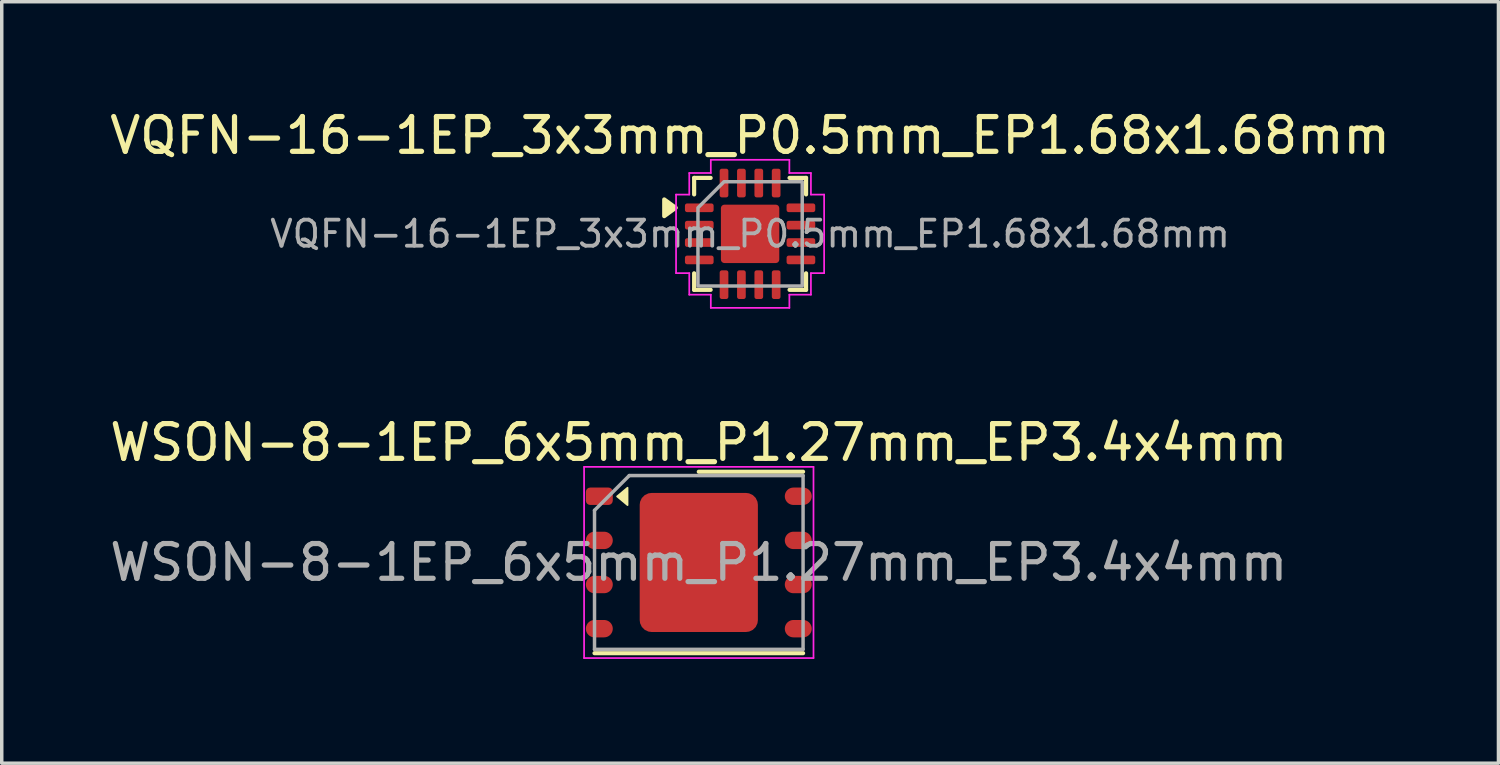
<source format=kicad_pcb>
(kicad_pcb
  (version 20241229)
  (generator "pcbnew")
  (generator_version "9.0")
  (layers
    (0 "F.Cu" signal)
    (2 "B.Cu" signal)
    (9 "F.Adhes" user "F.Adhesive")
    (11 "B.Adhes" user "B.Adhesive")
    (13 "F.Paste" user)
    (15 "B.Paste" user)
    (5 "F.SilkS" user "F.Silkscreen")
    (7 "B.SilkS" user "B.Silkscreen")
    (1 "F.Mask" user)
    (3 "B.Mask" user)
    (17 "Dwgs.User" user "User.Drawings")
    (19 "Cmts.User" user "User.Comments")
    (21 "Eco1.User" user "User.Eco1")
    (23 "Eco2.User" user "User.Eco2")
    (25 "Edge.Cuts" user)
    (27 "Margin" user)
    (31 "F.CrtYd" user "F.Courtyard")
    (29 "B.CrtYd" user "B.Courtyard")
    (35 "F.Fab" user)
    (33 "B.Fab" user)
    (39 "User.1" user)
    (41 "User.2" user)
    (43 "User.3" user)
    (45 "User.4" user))
  (footprint "WSON-8-1EP_6x5mm_P1.27mm_EP3.4x4mm"
    (layer "F.Cu")
    (at 17.054 13.132)
    (property "Reference" "WSON-8-1EP_6x5mm_P1.27mm_EP3.4x4mm" (at 0 -3.45 0) (layer "F.SilkS") (effects (font (size 1 1) (thickness 0.15))))
    (attr smd)
    (fp_line (start -3 2.61) (end 3 2.61) (stroke (width 0.12) (type solid)) (layer "F.SilkS"))
    (fp_line (start 0 -2.61) (end 3 -2.61) (stroke (width 0.12) (type solid)) (layer "F.SilkS"))
    (fp_poly (pts (xy -2.35 -1.9) (xy -2.05 -2.15) (xy -2.05 -1.65)) (stroke (width 0.05) (type solid)) (fill yes) (layer "F.SilkS"))
    (fp_line (start -3.3 -2.75) (end -3.3 2.75) (stroke (width 0.05) (type solid)) (layer "F.CrtYd"))
    (fp_line (start -3.3 2.75) (end 3.3 2.75) (stroke (width 0.05) (type solid)) (layer "F.CrtYd"))
    (fp_line (start 3.3 -2.75) (end -3.3 -2.75) (stroke (width 0.05) (type solid)) (layer "F.CrtYd"))
    (fp_line (start 3.3 2.75) (end 3.3 -2.75) (stroke (width 0.05) (type solid)) (layer "F.CrtYd"))
    (fp_line (start -3 -1.5) (end -2 -2.5) (stroke (width 0.1) (type solid)) (layer "F.Fab"))
    (fp_line (start -3 2.5) (end -3 -1.5) (stroke (width 0.1) (type solid)) (layer "F.Fab"))
    (fp_line (start -2 -2.5) (end 3 -2.5) (stroke (width 0.1) (type solid)) (layer "F.Fab"))
    (fp_line (start 3 -2.5) (end 3 2.5) (stroke (width 0.1) (type solid)) (layer "F.Fab"))
    (fp_line (start 3 2.5) (end -3 2.5) (stroke (width 0.1) (type solid)) (layer "F.Fab"))
    (fp_text user "${REFERENCE}" (at 0 0 0) (layer "F.Fab") (effects (font (size 1 1) (thickness 0.15))))
    (pad "" smd roundrect (at -0.85 -1) (size 1.37 1.61) (layers "F.Paste") (roundrect_rratio 0.182))
    (pad "" smd roundrect (at -0.85 1) (size 1.37 1.61) (layers "F.Paste") (roundrect_rratio 0.182))
    (pad "" smd roundrect (at 0.85 -1) (size 1.37 1.61) (layers "F.Paste") (roundrect_rratio 0.182))
    (pad "" smd roundrect (at 0.85 1) (size 1.37 1.61) (layers "F.Paste") (roundrect_rratio 0.182))
    (pad "1" smd roundrect (at -2.862 -1.905) (size 0.775 0.5) (layers "F.Cu" "F.Mask" "F.Paste") (roundrect_rratio 0.25))
    (pad "2" smd oval (at -2.862 -0.635) (size 0.775 0.5) (layers "F.Cu" "F.Mask" "F.Paste"))
    (pad "3" smd oval (at -2.862 0.635) (size 0.775 0.5) (layers "F.Cu" "F.Mask" "F.Paste"))
    (pad "4" smd oval (at -2.862 1.905) (size 0.775 0.5) (layers "F.Cu" "F.Mask" "F.Paste"))
    (pad "5" smd oval (at 2.862 1.905) (size 0.775 0.5) (layers "F.Cu" "F.Mask" "F.Paste"))
    (pad "6" smd oval (at 2.862 0.635) (size 0.775 0.5) (layers "F.Cu" "F.Mask" "F.Paste"))
    (pad "7" smd oval (at 2.862 -0.635) (size 0.775 0.5) (layers "F.Cu" "F.Mask" "F.Paste"))
    (pad "8" smd oval (at 2.862 -1.905) (size 0.775 0.5) (layers "F.Cu" "F.Mask" "F.Paste"))
    (pad "9" smd roundrect (at 0 0) (size 3.4 4) (layers "F.Cu" "F.Mask") (roundrect_rratio 0.1)))
  (footprint "VQFN-16-1EP_3x3mm_P0.5mm_EP1.68x1.68mm"
    (layer "F.Cu")
    (at 18.53 3.678)
    (property "Reference" "VQFN-16-1EP_3x3mm_P0.5mm_EP1.68x1.68mm" (at 0 -2.83 0) (layer "F.SilkS") (effects (font (size 1 1) (thickness 0.15))))
    (attr smd)
    (fp_line (start -1.61 -1.61) (end -1.135 -1.61) (stroke (width 0.12) (type solid)) (layer "F.SilkS"))
    (fp_line (start -1.61 -1.135) (end -1.61 -1.61) (stroke (width 0.12) (type solid)) (layer "F.SilkS"))
    (fp_line (start -1.61 1.61) (end -1.61 1.135) (stroke (width 0.12) (type solid)) (layer "F.SilkS"))
    (fp_line (start -1.135 1.61) (end -1.61 1.61) (stroke (width 0.12) (type solid)) (layer "F.SilkS"))
    (fp_line (start 1.135 -1.61) (end 1.61 -1.61) (stroke (width 0.12) (type solid)) (layer "F.SilkS"))
    (fp_line (start 1.61 -1.61) (end 1.61 -1.135) (stroke (width 0.12) (type solid)) (layer "F.SilkS"))
    (fp_line (start 1.61 1.135) (end 1.61 1.61) (stroke (width 0.12) (type solid)) (layer "F.SilkS"))
    (fp_line (start 1.61 1.61) (end 1.135 1.61) (stroke (width 0.12) (type solid)) (layer "F.SilkS"))
    (fp_poly (pts (xy -2.14 -0.75) (xy -2.47 -0.51) (xy -2.47 -0.99)) (stroke (width 0.12) (type solid)) (fill yes) (layer "F.SilkS"))
    (fp_line (start -2.13 -1.13) (end -1.75 -1.13) (stroke (width 0.05) (type solid)) (layer "F.CrtYd"))
    (fp_line (start -2.13 1.13) (end -2.13 -1.13) (stroke (width 0.05) (type solid)) (layer "F.CrtYd"))
    (fp_line (start -1.75 -1.75) (end -1.13 -1.75) (stroke (width 0.05) (type solid)) (layer "F.CrtYd"))
    (fp_line (start -1.75 -1.13) (end -1.75 -1.75) (stroke (width 0.05) (type solid)) (layer "F.CrtYd"))
    (fp_line (start -1.75 1.13) (end -2.13 1.13) (stroke (width 0.05) (type solid)) (layer "F.CrtYd"))
    (fp_line (start -1.75 1.75) (end -1.75 1.13) (stroke (width 0.05) (type solid)) (layer "F.CrtYd"))
    (fp_line (start -1.13 -2.13) (end 1.13 -2.13) (stroke (width 0.05) (type solid)) (layer "F.CrtYd"))
    (fp_line (start -1.13 -1.75) (end -1.13 -2.13) (stroke (width 0.05) (type solid)) (layer "F.CrtYd"))
    (fp_line (start -1.13 1.75) (end -1.75 1.75) (stroke (width 0.05) (type solid)) (layer "F.CrtYd"))
    (fp_line (start -1.13 2.13) (end -1.13 1.75) (stroke (width 0.05) (type solid)) (layer "F.CrtYd"))
    (fp_line (start 1.13 -2.13) (end 1.13 -1.75) (stroke (width 0.05) (type solid)) (layer "F.CrtYd"))
    (fp_line (start 1.13 -1.75) (end 1.75 -1.75) (stroke (width 0.05) (type solid)) (layer "F.CrtYd"))
    (fp_line (start 1.13 1.75) (end 1.13 2.13) (stroke (width 0.05) (type solid)) (layer "F.CrtYd"))
    (fp_line (start 1.13 2.13) (end -1.13 2.13) (stroke (width 0.05) (type solid)) (layer "F.CrtYd"))
    (fp_line (start 1.75 -1.75) (end 1.75 -1.13) (stroke (width 0.05) (type solid)) (layer "F.CrtYd"))
    (fp_line (start 1.75 -1.13) (end 2.13 -1.13) (stroke (width 0.05) (type solid)) (layer "F.CrtYd"))
    (fp_line (start 1.75 1.13) (end 1.75 1.75) (stroke (width 0.05) (type solid)) (layer "F.CrtYd"))
    (fp_line (start 1.75 1.75) (end 1.13 1.75) (stroke (width 0.05) (type solid)) (layer "F.CrtYd"))
    (fp_line (start 2.13 -1.13) (end 2.13 1.13) (stroke (width 0.05) (type solid)) (layer "F.CrtYd"))
    (fp_line (start 2.13 1.13) (end 1.75 1.13) (stroke (width 0.05) (type solid)) (layer "F.CrtYd"))
    (fp_poly (pts (xy -0.75 -1.5) (xy 1.5 -1.5) (xy 1.5 1.5) (xy -1.5 1.5) (xy -1.5 -0.75)) (stroke (width 0.1) (type solid)) (fill no) (layer "F.Fab"))
    (fp_text user "${REFERENCE}" (at 0 0 0) (layer "F.Fab") (effects (font (size 0.75 0.75) (thickness 0.11))))
    (pad "" smd roundrect (at -0.42 -0.42) (size 0.68 0.68) (layers "F.Paste") (roundrect_rratio 0.25))
    (pad "" smd roundrect (at -0.42 0.42) (size 0.68 0.68) (layers "F.Paste") (roundrect_rratio 0.25))
    (pad "" smd roundrect (at 0.42 -0.42) (size 0.68 0.68) (layers "F.Paste") (roundrect_rratio 0.25))
    (pad "" smd roundrect (at 0.42 0.42) (size 0.68 0.68) (layers "F.Paste") (roundrect_rratio 0.25))
    (pad "1" smd roundrect (at -1.462 -0.75) (size 0.825 0.25) (layers "F.Cu" "F.Mask" "F.Paste") (roundrect_rratio 0.25))
    (pad "2" smd roundrect (at -1.462 -0.25) (size 0.825 0.25) (layers "F.Cu" "F.Mask" "F.Paste") (roundrect_rratio 0.25))
    (pad "3" smd roundrect (at -1.462 0.25) (size 0.825 0.25) (layers "F.Cu" "F.Mask" "F.Paste") (roundrect_rratio 0.25))
    (pad "4" smd roundrect (at -1.462 0.75) (size 0.825 0.25) (layers "F.Cu" "F.Mask" "F.Paste") (roundrect_rratio 0.25))
    (pad "5" smd roundrect (at -0.75 1.462) (size 0.25 0.825) (layers "F.Cu" "F.Mask" "F.Paste") (roundrect_rratio 0.25))
    (pad "6" smd roundrect (at -0.25 1.462) (size 0.25 0.825) (layers "F.Cu" "F.Mask" "F.Paste") (roundrect_rratio 0.25))
    (pad "7" smd roundrect (at 0.25 1.462) (size 0.25 0.825) (layers "F.Cu" "F.Mask" "F.Paste") (roundrect_rratio 0.25))
    (pad "8" smd roundrect (at 0.75 1.462) (size 0.25 0.825) (layers "F.Cu" "F.Mask" "F.Paste") (roundrect_rratio 0.25))
    (pad "9" smd roundrect (at 1.462 0.75) (size 0.825 0.25) (layers "F.Cu" "F.Mask" "F.Paste") (roundrect_rratio 0.25))
    (pad "10" smd roundrect (at 1.462 0.25) (size 0.825 0.25) (layers "F.Cu" "F.Mask" "F.Paste") (roundrect_rratio 0.25))
    (pad "11" smd roundrect (at 1.462 -0.25) (size 0.825 0.25) (layers "F.Cu" "F.Mask" "F.Paste") (roundrect_rratio 0.25))
    (pad "12" smd roundrect (at 1.462 -0.75) (size 0.825 0.25) (layers "F.Cu" "F.Mask" "F.Paste") (roundrect_rratio 0.25))
    (pad "13" smd roundrect (at 0.75 -1.462) (size 0.25 0.825) (layers "F.Cu" "F.Mask" "F.Paste") (roundrect_rratio 0.25))
    (pad "14" smd roundrect (at 0.25 -1.462) (size 0.25 0.825) (layers "F.Cu" "F.Mask" "F.Paste") (roundrect_rratio 0.25))
    (pad "15" smd roundrect (at -0.25 -1.462) (size 0.25 0.825) (layers "F.Cu" "F.Mask" "F.Paste") (roundrect_rratio 0.25))
    (pad "16" smd roundrect (at -0.75 -1.462) (size 0.25 0.825) (layers "F.Cu" "F.Mask" "F.Paste") (roundrect_rratio 0.25))
    (pad "17" smd roundrect (at 0 0) (size 1.68 1.68) (property pad_prop_heatsink) (layers "F.Cu" "F.Mask") (roundrect_rratio 0.06)))
  (gr_rect
    (start -3 -3)
    (end 40.06 18.907)
    (stroke (width 0.1) (type default))
    (fill no)
    (layer "Edge.Cuts")))
</source>
